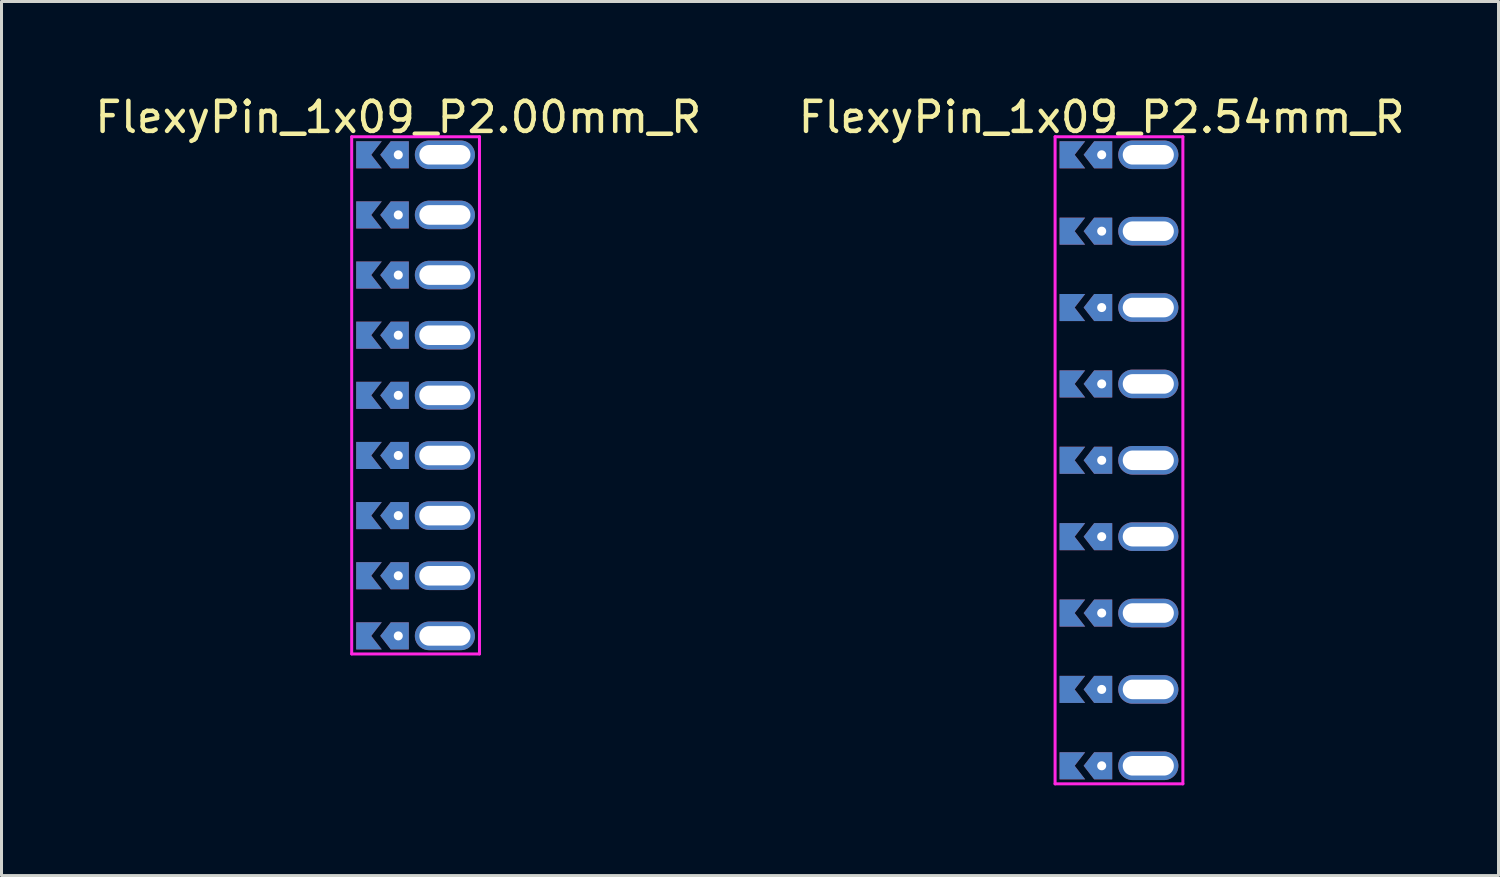
<source format=kicad_pcb>
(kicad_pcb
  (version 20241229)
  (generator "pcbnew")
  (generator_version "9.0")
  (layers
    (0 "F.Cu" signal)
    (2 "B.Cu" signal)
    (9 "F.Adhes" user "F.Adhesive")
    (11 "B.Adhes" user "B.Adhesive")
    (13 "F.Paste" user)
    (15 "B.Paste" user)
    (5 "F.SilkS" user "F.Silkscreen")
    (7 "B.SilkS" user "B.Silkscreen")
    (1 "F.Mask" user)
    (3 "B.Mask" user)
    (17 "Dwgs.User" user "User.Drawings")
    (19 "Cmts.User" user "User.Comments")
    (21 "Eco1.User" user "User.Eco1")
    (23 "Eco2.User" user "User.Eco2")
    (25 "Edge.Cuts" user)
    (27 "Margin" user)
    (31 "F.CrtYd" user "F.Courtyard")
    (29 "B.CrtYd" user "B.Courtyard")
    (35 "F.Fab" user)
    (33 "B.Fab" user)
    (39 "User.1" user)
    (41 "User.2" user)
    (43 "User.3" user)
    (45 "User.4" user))
  (footprint "FlexyPin_1x09_P2.54mm_R"
    (layer "F.Cu")
    (at 33.589 2.098)
    (property "Reference" "FlexyPin_1x09_P2.54mm_R" (at 0 -1.25 0) (layer "F.SilkS") (effects (font (size 1 1) (thickness 0.15))))
    (attr through_hole)
    (fp_line (start -1.55 -0.6) (end 2.7 -0.6) (stroke (width 0.1) (type solid)) (layer "F.CrtYd"))
    (fp_line (start -1.55 20.92) (end -1.55 -0.6) (stroke (width 0.1) (type solid)) (layer "F.CrtYd"))
    (fp_line (start 2.7 -0.6) (end 2.7 20.92) (stroke (width 0.1) (type solid)) (layer "F.CrtYd"))
    (fp_line (start 2.7 20.92) (end -1.55 20.92) (stroke (width 0.1) (type solid)) (layer "F.CrtYd"))
    (pad "" thru_hole custom (at 0 0) (size 0.3 0.3) (drill 0.6) (layers "*.Cu" "*.Mask") (options (anchor rect)) (primitives (gr_poly (pts (xy 0.35 0.45) (xy 0.35 -0.45) (xy -0.25 -0.45) (xy -0.6 0) (xy -0.25 0.45)) (width 0) (fill yes))))
    (pad "" thru_hole custom (at 0 2.54) (size 0.3 0.3) (drill 0.6) (layers "*.Cu" "*.Mask") (options (anchor rect)) (primitives (gr_poly (pts (xy 0.35 0.45) (xy 0.35 -0.45) (xy -0.25 -0.45) (xy -0.6 0) (xy -0.25 0.45)) (width 0) (fill yes))))
    (pad "" thru_hole custom (at 0 5.08) (size 0.3 0.3) (drill 0.6) (layers "*.Cu" "*.Mask") (options (anchor rect)) (primitives (gr_poly (pts (xy 0.35 0.45) (xy 0.35 -0.45) (xy -0.25 -0.45) (xy -0.6 0) (xy -0.25 0.45)) (width 0) (fill yes))))
    (pad "" thru_hole custom (at 0 7.62) (size 0.3 0.3) (drill 0.6) (layers "*.Cu" "*.Mask") (options (anchor rect)) (primitives (gr_poly (pts (xy 0.35 0.45) (xy 0.35 -0.45) (xy -0.25 -0.45) (xy -0.6 0) (xy -0.25 0.45)) (width 0) (fill yes))))
    (pad "" thru_hole custom (at 0 10.16) (size 0.3 0.3) (drill 0.6) (layers "*.Cu" "*.Mask") (options (anchor rect)) (primitives (gr_poly (pts (xy 0.35 0.45) (xy 0.35 -0.45) (xy -0.25 -0.45) (xy -0.6 0) (xy -0.25 0.45)) (width 0) (fill yes))))
    (pad "" thru_hole custom (at 0 12.7) (size 0.3 0.3) (drill 0.6) (layers "*.Cu" "*.Mask") (options (anchor rect)) (primitives (gr_poly (pts (xy 0.35 0.45) (xy 0.35 -0.45) (xy -0.25 -0.45) (xy -0.6 0) (xy -0.25 0.45)) (width 0) (fill yes))))
    (pad "" thru_hole custom (at 0 15.24) (size 0.3 0.3) (drill 0.6) (layers "*.Cu" "*.Mask") (options (anchor rect)) (primitives (gr_poly (pts (xy 0.35 0.45) (xy 0.35 -0.45) (xy -0.25 -0.45) (xy -0.6 0) (xy -0.25 0.45)) (width 0) (fill yes))))
    (pad "" thru_hole custom (at 0 17.78) (size 0.3 0.3) (drill 0.6) (layers "*.Cu" "*.Mask") (options (anchor rect)) (primitives (gr_poly (pts (xy 0.35 0.45) (xy 0.35 -0.45) (xy -0.25 -0.45) (xy -0.6 0) (xy -0.25 0.45)) (width 0) (fill yes))))
    (pad "" thru_hole custom (at 0 20.32) (size 0.3 0.3) (drill 0.6) (layers "*.Cu" "*.Mask") (options (anchor rect)) (primitives (gr_poly (pts (xy 0.35 0.45) (xy 0.35 -0.45) (xy -0.25 -0.45) (xy -0.6 0) (xy -0.25 0.45)) (width 0) (fill yes))))
    (pad "" thru_hole oval (at 1.55 0) (size 2 0.95) (drill oval 1.7 0.65) (layers "*.Cu" "*.Mask"))
    (pad "" thru_hole oval (at 1.55 2.54) (size 2 0.95) (drill oval 1.7 0.65) (layers "*.Cu" "*.Mask"))
    (pad "" thru_hole oval (at 1.55 5.08) (size 2 0.95) (drill oval 1.7 0.65) (layers "*.Cu" "*.Mask"))
    (pad "" thru_hole oval (at 1.55 7.62) (size 2 0.95) (drill oval 1.7 0.65) (layers "*.Cu" "*.Mask"))
    (pad "" thru_hole oval (at 1.55 10.16) (size 2 0.95) (drill oval 1.7 0.65) (layers "*.Cu" "*.Mask"))
    (pad "" thru_hole oval (at 1.55 12.7) (size 2 0.95) (drill oval 1.7 0.65) (layers "*.Cu" "*.Mask"))
    (pad "" thru_hole oval (at 1.55 15.24) (size 2 0.95) (drill oval 1.7 0.65) (layers "*.Cu" "*.Mask"))
    (pad "" thru_hole oval (at 1.55 17.78) (size 2 0.95) (drill oval 1.7 0.65) (layers "*.Cu" "*.Mask"))
    (pad "" thru_hole oval (at 1.55 20.32) (size 2 0.95) (drill oval 1.7 0.65) (layers "*.Cu" "*.Mask"))
    (pad "1" smd custom (at -0.9 0) (size 0.01 0.01) (layers "F.Cu" "F.Mask") (options (anchor rect)) (primitives (gr_poly (pts (xy 0 0) (xy 0.35 0.45) (xy -0.5 0.45) (xy -0.5 -0.45) (xy 0.35 -0.45)) (width 0) (fill yes))))
    (pad "2" smd custom (at -0.9 2.54) (size 0.01 0.01) (layers "F.Cu" "F.Mask") (options (anchor rect)) (primitives (gr_poly (pts (xy 0 0) (xy 0.35 0.45) (xy -0.5 0.45) (xy -0.5 -0.45) (xy 0.35 -0.45)) (width 0) (fill yes))))
    (pad "3" smd custom (at -0.9 5.08) (size 0.01 0.01) (layers "F.Cu" "F.Mask") (options (anchor rect)) (primitives (gr_poly (pts (xy 0 0) (xy 0.35 0.45) (xy -0.5 0.45) (xy -0.5 -0.45) (xy 0.35 -0.45)) (width 0) (fill yes))))
    (pad "4" smd custom (at -0.9 7.62) (size 0.01 0.01) (layers "F.Cu" "F.Mask") (options (anchor rect)) (primitives (gr_poly (pts (xy 0 0) (xy 0.35 0.45) (xy -0.5 0.45) (xy -0.5 -0.45) (xy 0.35 -0.45)) (width 0) (fill yes))))
    (pad "5" smd custom (at -0.9 10.16) (size 0.01 0.01) (layers "F.Cu" "F.Mask") (options (anchor rect)) (primitives (gr_poly (pts (xy 0 0) (xy 0.35 0.45) (xy -0.5 0.45) (xy -0.5 -0.45) (xy 0.35 -0.45)) (width 0) (fill yes))))
    (pad "6" smd custom (at -0.9 12.7) (size 0.01 0.01) (layers "F.Cu" "F.Mask") (options (anchor rect)) (primitives (gr_poly (pts (xy 0 0) (xy 0.35 0.45) (xy -0.5 0.45) (xy -0.5 -0.45) (xy 0.35 -0.45)) (width 0) (fill yes))))
    (pad "7" smd custom (at -0.9 15.24) (size 0.01 0.01) (layers "F.Cu" "F.Mask") (options (anchor rect)) (primitives (gr_poly (pts (xy 0 0) (xy 0.35 0.45) (xy -0.5 0.45) (xy -0.5 -0.45) (xy 0.35 -0.45)) (width 0) (fill yes))))
    (pad "8" smd custom (at -0.9 17.78) (size 0.01 0.01) (layers "F.Cu" "F.Mask") (options (anchor rect)) (primitives (gr_poly (pts (xy 0 0) (xy 0.35 0.45) (xy -0.5 0.45) (xy -0.5 -0.45) (xy 0.35 -0.45)) (width 0) (fill yes))))
    (pad "9" smd custom (at -0.9 20.32) (size 0.01 0.01) (layers "F.Cu" "F.Mask") (options (anchor rect)) (primitives (gr_poly (pts (xy 0 0) (xy 0.35 0.45) (xy -0.5 0.45) (xy -0.5 -0.45) (xy 0.35 -0.45)) (width 0) (fill yes))))
    (pad "10" smd custom (at -0.9 0) (size 0.01 0.01) (layers "B.Cu" "B.Mask") (options (anchor rect)) (primitives (gr_poly (pts (xy 0 0) (xy 0.35 0.45) (xy -0.5 0.45) (xy -0.5 -0.45) (xy 0.35 -0.45)) (width 0) (fill yes))))
    (pad "11" smd custom (at -0.9 2.54) (size 0.01 0.01) (layers "B.Cu" "B.Mask") (options (anchor rect)) (primitives (gr_poly (pts (xy 0 0) (xy 0.35 0.45) (xy -0.5 0.45) (xy -0.5 -0.45) (xy 0.35 -0.45)) (width 0) (fill yes))))
    (pad "12" smd custom (at -0.9 5.08) (size 0.01 0.01) (layers "B.Cu" "B.Mask") (options (anchor rect)) (primitives (gr_poly (pts (xy 0 0) (xy 0.35 0.45) (xy -0.5 0.45) (xy -0.5 -0.45) (xy 0.35 -0.45)) (width 0) (fill yes))))
    (pad "13" smd custom (at -0.9 7.62) (size 0.01 0.01) (layers "B.Cu" "B.Mask") (options (anchor rect)) (primitives (gr_poly (pts (xy 0 0) (xy 0.35 0.45) (xy -0.5 0.45) (xy -0.5 -0.45) (xy 0.35 -0.45)) (width 0) (fill yes))))
    (pad "14" smd custom (at -0.9 10.16) (size 0.01 0.01) (layers "B.Cu" "B.Mask") (options (anchor rect)) (primitives (gr_poly (pts (xy 0 0) (xy 0.35 0.45) (xy -0.5 0.45) (xy -0.5 -0.45) (xy 0.35 -0.45)) (width 0) (fill yes))))
    (pad "15" smd custom (at -0.9 12.7) (size 0.01 0.01) (layers "B.Cu" "B.Mask") (options (anchor rect)) (primitives (gr_poly (pts (xy 0 0) (xy 0.35 0.45) (xy -0.5 0.45) (xy -0.5 -0.45) (xy 0.35 -0.45)) (width 0) (fill yes))))
    (pad "16" smd custom (at -0.9 15.24) (size 0.01 0.01) (layers "B.Cu" "B.Mask") (options (anchor rect)) (primitives (gr_poly (pts (xy 0 0) (xy 0.35 0.45) (xy -0.5 0.45) (xy -0.5 -0.45) (xy 0.35 -0.45)) (width 0) (fill yes))))
    (pad "17" smd custom (at -0.9 17.78) (size 0.01 0.01) (layers "B.Cu" "B.Mask") (options (anchor rect)) (primitives (gr_poly (pts (xy 0 0) (xy 0.35 0.45) (xy -0.5 0.45) (xy -0.5 -0.45) (xy 0.35 -0.45)) (width 0) (fill yes))))
    (pad "18" smd custom (at -0.9 20.32) (size 0.01 0.01) (layers "B.Cu" "B.Mask") (options (anchor rect)) (primitives (gr_poly (pts (xy 0 0) (xy 0.35 0.45) (xy -0.5 0.45) (xy -0.5 -0.45) (xy 0.35 -0.45)) (width 0) (fill yes)))))
  (footprint "FlexyPin_1x09_P2.00mm_R"
    (layer "F.Cu")
    (at 10.196 2.098)
    (property "Reference" "FlexyPin_1x09_P2.00mm_R" (at 0 -1.25 0) (layer "F.SilkS") (effects (font (size 1 1) (thickness 0.15))))
    (attr through_hole)
    (fp_line (start -1.55 -0.6) (end 2.7 -0.6) (stroke (width 0.1) (type solid)) (layer "F.CrtYd"))
    (fp_line (start -1.55 16.6) (end -1.55 -0.6) (stroke (width 0.1) (type solid)) (layer "F.CrtYd"))
    (fp_line (start 2.7 -0.6) (end 2.7 16.6) (stroke (width 0.1) (type solid)) (layer "F.CrtYd"))
    (fp_line (start 2.7 16.6) (end -1.55 16.6) (stroke (width 0.1) (type solid)) (layer "F.CrtYd"))
    (pad "" thru_hole custom (at 0 0) (size 0.3 0.3) (drill 0.6) (layers "*.Cu" "*.Mask") (options (anchor rect)) (primitives (gr_poly (pts (xy 0.35 0.45) (xy 0.35 -0.45) (xy -0.25 -0.45) (xy -0.6 0) (xy -0.25 0.45)) (width 0) (fill yes))))
    (pad "" thru_hole custom (at 0 2) (size 0.3 0.3) (drill 0.6) (layers "*.Cu" "*.Mask") (options (anchor rect)) (primitives (gr_poly (pts (xy 0.35 0.45) (xy 0.35 -0.45) (xy -0.25 -0.45) (xy -0.6 0) (xy -0.25 0.45)) (width 0) (fill yes))))
    (pad "" thru_hole custom (at 0 4) (size 0.3 0.3) (drill 0.6) (layers "*.Cu" "*.Mask") (options (anchor rect)) (primitives (gr_poly (pts (xy 0.35 0.45) (xy 0.35 -0.45) (xy -0.25 -0.45) (xy -0.6 0) (xy -0.25 0.45)) (width 0) (fill yes))))
    (pad "" thru_hole custom (at 0 6) (size 0.3 0.3) (drill 0.6) (layers "*.Cu" "*.Mask") (options (anchor rect)) (primitives (gr_poly (pts (xy 0.35 0.45) (xy 0.35 -0.45) (xy -0.25 -0.45) (xy -0.6 0) (xy -0.25 0.45)) (width 0) (fill yes))))
    (pad "" thru_hole custom (at 0 8) (size 0.3 0.3) (drill 0.6) (layers "*.Cu" "*.Mask") (options (anchor rect)) (primitives (gr_poly (pts (xy 0.35 0.45) (xy 0.35 -0.45) (xy -0.25 -0.45) (xy -0.6 0) (xy -0.25 0.45)) (width 0) (fill yes))))
    (pad "" thru_hole custom (at 0 10) (size 0.3 0.3) (drill 0.6) (layers "*.Cu" "*.Mask") (options (anchor rect)) (primitives (gr_poly (pts (xy 0.35 0.45) (xy 0.35 -0.45) (xy -0.25 -0.45) (xy -0.6 0) (xy -0.25 0.45)) (width 0) (fill yes))))
    (pad "" thru_hole custom (at 0 12) (size 0.3 0.3) (drill 0.6) (layers "*.Cu" "*.Mask") (options (anchor rect)) (primitives (gr_poly (pts (xy 0.35 0.45) (xy 0.35 -0.45) (xy -0.25 -0.45) (xy -0.6 0) (xy -0.25 0.45)) (width 0) (fill yes))))
    (pad "" thru_hole custom (at 0 14) (size 0.3 0.3) (drill 0.6) (layers "*.Cu" "*.Mask") (options (anchor rect)) (primitives (gr_poly (pts (xy 0.35 0.45) (xy 0.35 -0.45) (xy -0.25 -0.45) (xy -0.6 0) (xy -0.25 0.45)) (width 0) (fill yes))))
    (pad "" thru_hole custom (at 0 16) (size 0.3 0.3) (drill 0.6) (layers "*.Cu" "*.Mask") (options (anchor rect)) (primitives (gr_poly (pts (xy 0.35 0.45) (xy 0.35 -0.45) (xy -0.25 -0.45) (xy -0.6 0) (xy -0.25 0.45)) (width 0) (fill yes))))
    (pad "" thru_hole oval (at 1.55 0) (size 2 0.95) (drill oval 1.7 0.65) (layers "*.Cu" "*.Mask"))
    (pad "" thru_hole oval (at 1.55 2) (size 2 0.95) (drill oval 1.7 0.65) (layers "*.Cu" "*.Mask"))
    (pad "" thru_hole oval (at 1.55 4) (size 2 0.95) (drill oval 1.7 0.65) (layers "*.Cu" "*.Mask"))
    (pad "" thru_hole oval (at 1.55 6) (size 2 0.95) (drill oval 1.7 0.65) (layers "*.Cu" "*.Mask"))
    (pad "" thru_hole oval (at 1.55 8) (size 2 0.95) (drill oval 1.7 0.65) (layers "*.Cu" "*.Mask"))
    (pad "" thru_hole oval (at 1.55 10) (size 2 0.95) (drill oval 1.7 0.65) (layers "*.Cu" "*.Mask"))
    (pad "" thru_hole oval (at 1.55 12) (size 2 0.95) (drill oval 1.7 0.65) (layers "*.Cu" "*.Mask"))
    (pad "" thru_hole oval (at 1.55 14) (size 2 0.95) (drill oval 1.7 0.65) (layers "*.Cu" "*.Mask"))
    (pad "" thru_hole oval (at 1.55 16) (size 2 0.95) (drill oval 1.7 0.65) (layers "*.Cu" "*.Mask"))
    (pad "1" smd custom (at -0.9 0) (size 0.01 0.01) (layers "F.Cu" "F.Mask") (options (anchor rect)) (primitives (gr_poly (pts (xy 0 0) (xy 0.35 0.45) (xy -0.5 0.45) (xy -0.5 -0.45) (xy 0.35 -0.45)) (width 0) (fill yes))))
    (pad "2" smd custom (at -0.9 2) (size 0.01 0.01) (layers "F.Cu" "F.Mask") (options (anchor rect)) (primitives (gr_poly (pts (xy 0 0) (xy 0.35 0.45) (xy -0.5 0.45) (xy -0.5 -0.45) (xy 0.35 -0.45)) (width 0) (fill yes))))
    (pad "3" smd custom (at -0.9 4) (size 0.01 0.01) (layers "F.Cu" "F.Mask") (options (anchor rect)) (primitives (gr_poly (pts (xy 0 0) (xy 0.35 0.45) (xy -0.5 0.45) (xy -0.5 -0.45) (xy 0.35 -0.45)) (width 0) (fill yes))))
    (pad "4" smd custom (at -0.9 6) (size 0.01 0.01) (layers "F.Cu" "F.Mask") (options (anchor rect)) (primitives (gr_poly (pts (xy 0 0) (xy 0.35 0.45) (xy -0.5 0.45) (xy -0.5 -0.45) (xy 0.35 -0.45)) (width 0) (fill yes))))
    (pad "5" smd custom (at -0.9 8) (size 0.01 0.01) (layers "F.Cu" "F.Mask") (options (anchor rect)) (primitives (gr_poly (pts (xy 0 0) (xy 0.35 0.45) (xy -0.5 0.45) (xy -0.5 -0.45) (xy 0.35 -0.45)) (width 0) (fill yes))))
    (pad "6" smd custom (at -0.9 10) (size 0.01 0.01) (layers "F.Cu" "F.Mask") (options (anchor rect)) (primitives (gr_poly (pts (xy 0 0) (xy 0.35 0.45) (xy -0.5 0.45) (xy -0.5 -0.45) (xy 0.35 -0.45)) (width 0) (fill yes))))
    (pad "7" smd custom (at -0.9 12) (size 0.01 0.01) (layers "F.Cu" "F.Mask") (options (anchor rect)) (primitives (gr_poly (pts (xy 0 0) (xy 0.35 0.45) (xy -0.5 0.45) (xy -0.5 -0.45) (xy 0.35 -0.45)) (width 0) (fill yes))))
    (pad "8" smd custom (at -0.9 14) (size 0.01 0.01) (layers "F.Cu" "F.Mask") (options (anchor rect)) (primitives (gr_poly (pts (xy 0 0) (xy 0.35 0.45) (xy -0.5 0.45) (xy -0.5 -0.45) (xy 0.35 -0.45)) (width 0) (fill yes))))
    (pad "9" smd custom (at -0.9 16) (size 0.01 0.01) (layers "F.Cu" "F.Mask") (options (anchor rect)) (primitives (gr_poly (pts (xy 0 0) (xy 0.35 0.45) (xy -0.5 0.45) (xy -0.5 -0.45) (xy 0.35 -0.45)) (width 0) (fill yes))))
    (pad "10" smd custom (at -0.9 0) (size 0.01 0.01) (layers "B.Cu" "B.Mask") (options (anchor rect)) (primitives (gr_poly (pts (xy 0 0) (xy 0.35 0.45) (xy -0.5 0.45) (xy -0.5 -0.45) (xy 0.35 -0.45)) (width 0) (fill yes))))
    (pad "11" smd custom (at -0.9 2) (size 0.01 0.01) (layers "B.Cu" "B.Mask") (options (anchor rect)) (primitives (gr_poly (pts (xy 0 0) (xy 0.35 0.45) (xy -0.5 0.45) (xy -0.5 -0.45) (xy 0.35 -0.45)) (width 0) (fill yes))))
    (pad "12" smd custom (at -0.9 4) (size 0.01 0.01) (layers "B.Cu" "B.Mask") (options (anchor rect)) (primitives (gr_poly (pts (xy 0 0) (xy 0.35 0.45) (xy -0.5 0.45) (xy -0.5 -0.45) (xy 0.35 -0.45)) (width 0) (fill yes))))
    (pad "13" smd custom (at -0.9 6) (size 0.01 0.01) (layers "B.Cu" "B.Mask") (options (anchor rect)) (primitives (gr_poly (pts (xy 0 0) (xy 0.35 0.45) (xy -0.5 0.45) (xy -0.5 -0.45) (xy 0.35 -0.45)) (width 0) (fill yes))))
    (pad "14" smd custom (at -0.9 8) (size 0.01 0.01) (layers "B.Cu" "B.Mask") (options (anchor rect)) (primitives (gr_poly (pts (xy 0 0) (xy 0.35 0.45) (xy -0.5 0.45) (xy -0.5 -0.45) (xy 0.35 -0.45)) (width 0) (fill yes))))
    (pad "15" smd custom (at -0.9 10) (size 0.01 0.01) (layers "B.Cu" "B.Mask") (options (anchor rect)) (primitives (gr_poly (pts (xy 0 0) (xy 0.35 0.45) (xy -0.5 0.45) (xy -0.5 -0.45) (xy 0.35 -0.45)) (width 0) (fill yes))))
    (pad "16" smd custom (at -0.9 12) (size 0.01 0.01) (layers "B.Cu" "B.Mask") (options (anchor rect)) (primitives (gr_poly (pts (xy 0 0) (xy 0.35 0.45) (xy -0.5 0.45) (xy -0.5 -0.45) (xy 0.35 -0.45)) (width 0) (fill yes))))
    (pad "17" smd custom (at -0.9 14) (size 0.01 0.01) (layers "B.Cu" "B.Mask") (options (anchor rect)) (primitives (gr_poly (pts (xy 0 0) (xy 0.35 0.45) (xy -0.5 0.45) (xy -0.5 -0.45) (xy 0.35 -0.45)) (width 0) (fill yes))))
    (pad "18" smd custom (at -0.9 16) (size 0.01 0.01) (layers "B.Cu" "B.Mask") (options (anchor rect)) (primitives (gr_poly (pts (xy 0 0) (xy 0.35 0.45) (xy -0.5 0.45) (xy -0.5 -0.45) (xy 0.35 -0.45)) (width 0) (fill yes)))))
  (gr_rect
    (start -3 -3)
    (end 46.786 26.068)
    (stroke (width 0.1) (type default))
    (fill no)
    (layer "Edge.Cuts")))
</source>
